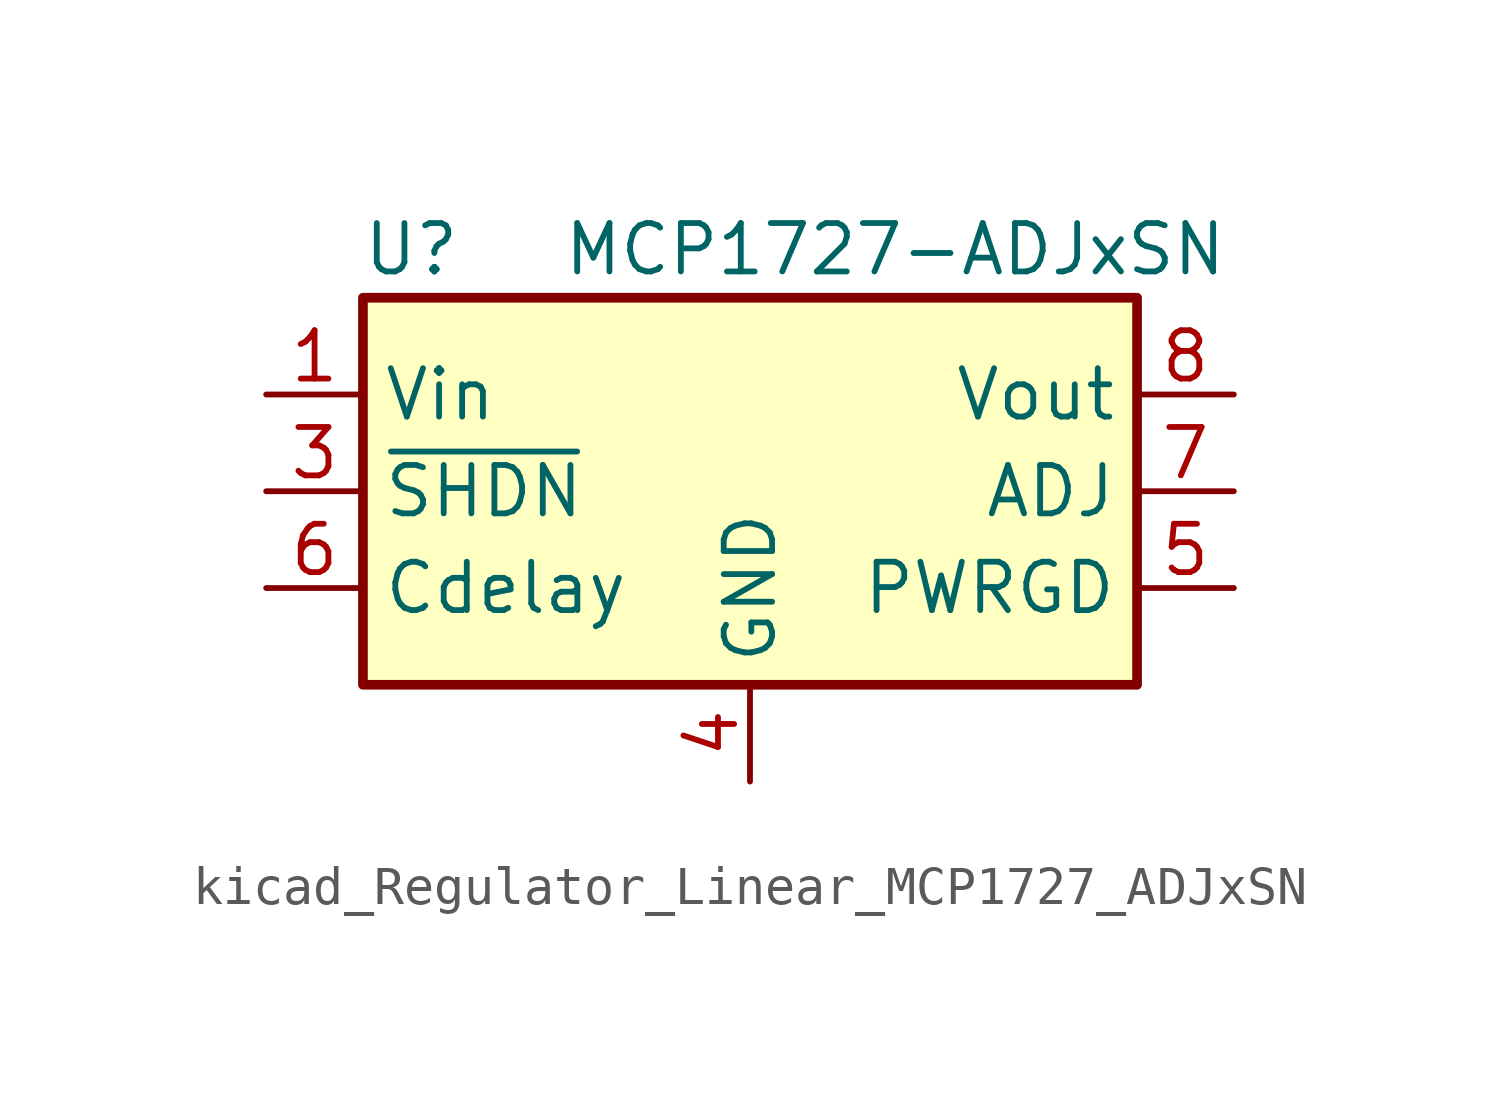
<source format=kicad_sym>
(kicad_symbol_lib
  (version 20220914)
  (generator kicad_symbol_editor)
  (symbol "kicad_Regulator_Linear_MCP1727_ADJxSN"
    (property "Reference" "U"
      (at -8.89 6.35 0)
      (effects (font (size 1.27 1.27))))
    (property "Value" "MCP1727-ADJxSN"
      (at 3.81 6.35 0)
      (effects (font (size 1.27 1.27))))
    (symbol "kicad_Regulator_Linear_MCP1727_ADJxSN_0_0"
      (pin open_collector line (at 12.7 -2.54 180) (length 2.54) (name "PWRGD" (effects (font (size 1.27 1.27)))) (number "5" (effects (font (size 1.27 1.27)))))
      (pin input line (at -12.7 -2.54 0) (length 2.54) (name "Cdelay" (effects (font (size 1.27 1.27)))) (number "6" (effects (font (size 1.27 1.27)))))
      (pin input line (at 12.7 0 180) (length 2.54) (name "ADJ" (effects (font (size 1.27 1.27)))) (number "7" (effects (font (size 1.27 1.27)))))
      (pin power_out line (at 12.7 2.54 180) (length 2.54) (name "Vout" (effects (font (size 1.27 1.27)))) (number "8" (effects (font (size 1.27 1.27))))))
    (symbol "kicad_Regulator_Linear_MCP1727_ADJxSN_0_1"
      (rectangle (start -10.16 5.08) (end 10.16 -5.08) (stroke (width 0.254) (type default)) (fill (type background))))
    (symbol "kicad_Regulator_Linear_MCP1727_ADJxSN_1_1"
      (pin power_in line (at -12.7 2.54 0) (length 2.54) (name "Vin" (effects (font (size 1.27 1.27)))) (number "1" (effects (font (size 1.27 1.27)))))
      (pin passive line (at -12.7 2.54 0) (length 2.54) hide (name "Vin" (effects (font (size 1.27 1.27)))) (number "2" (effects (font (size 1.27 1.27)))))
      (pin input line (at -12.7 0 0) (length 2.54) (name "~{SHDN}" (effects (font (size 1.27 1.27)))) (number "3" (effects (font (size 1.27 1.27)))))
      (pin power_in line (at 0 -7.62 90) (length 2.54) (name "GND" (effects (font (size 1.27 1.27)))) (number "4" (effects (font (size 1.27 1.27))))))))
</source>
